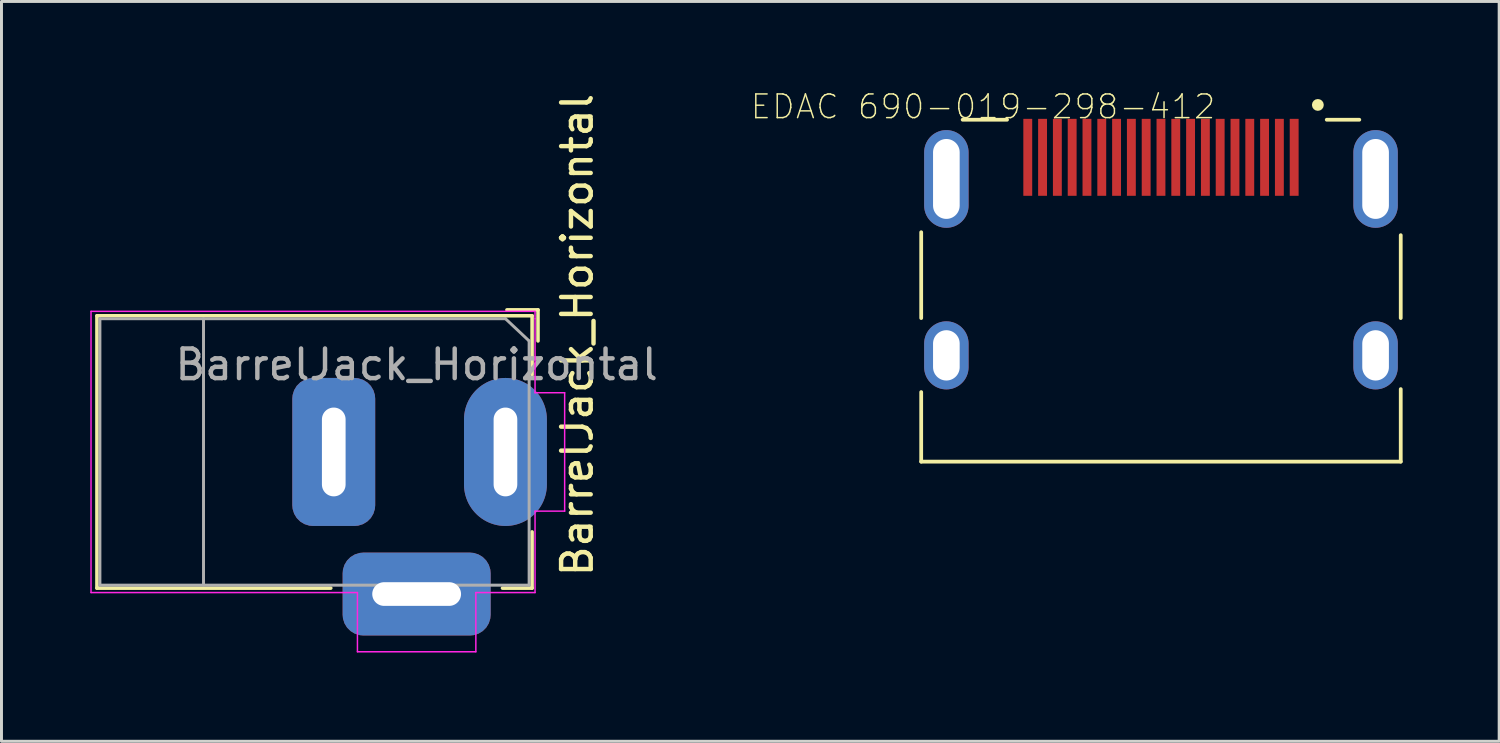
<source format=kicad_pcb>
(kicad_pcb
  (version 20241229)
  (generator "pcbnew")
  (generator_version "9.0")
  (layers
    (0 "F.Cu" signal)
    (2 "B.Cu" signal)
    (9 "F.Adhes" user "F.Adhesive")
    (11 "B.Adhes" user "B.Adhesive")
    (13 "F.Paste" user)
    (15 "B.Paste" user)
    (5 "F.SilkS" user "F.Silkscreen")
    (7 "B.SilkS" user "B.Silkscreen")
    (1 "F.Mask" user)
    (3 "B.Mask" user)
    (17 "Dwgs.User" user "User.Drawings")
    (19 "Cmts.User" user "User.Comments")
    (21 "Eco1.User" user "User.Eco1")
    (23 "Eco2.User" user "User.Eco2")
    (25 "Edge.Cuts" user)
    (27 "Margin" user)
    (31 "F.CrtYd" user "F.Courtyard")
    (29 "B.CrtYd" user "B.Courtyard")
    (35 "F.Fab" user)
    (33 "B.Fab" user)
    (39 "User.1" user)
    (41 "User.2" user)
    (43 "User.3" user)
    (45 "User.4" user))
  (footprint "BarrelJack_Horizontal"
    (layer "F.Cu")
    (at 14.025 12.218)
    (property "Reference" "BarrelJack_Horizontal" (at 2.425 -3.95 90) (layer "F.SilkS") (effects (font (size 1 1) (thickness 0.15))))
    (attr through_hole)
    (fp_line (start -13.8 -4.6) (end 0.9 -4.6) (stroke (width 0.12) (type solid)) (layer "F.SilkS"))
    (fp_line (start -13.8 4.6) (end -13.8 -4.6) (stroke (width 0.12) (type solid)) (layer "F.SilkS"))
    (fp_line (start -5.9 4.6) (end -13.8 4.6) (stroke (width 0.12) (type solid)) (layer "F.SilkS"))
    (fp_line (start 0.05 -4.8) (end 1.1 -4.8) (stroke (width 0.12) (type solid)) (layer "F.SilkS"))
    (fp_line (start 0.9 -4.6) (end 0.9 -2.6) (stroke (width 0.12) (type solid)) (layer "F.SilkS"))
    (fp_line (start 0.9 2.7) (end 0.9 4.6) (stroke (width 0.12) (type solid)) (layer "F.SilkS"))
    (fp_line (start 0.9 4.6) (end -0.1 4.6) (stroke (width 0.12) (type solid)) (layer "F.SilkS"))
    (fp_line (start 1.1 -3.75) (end 1.1 -4.8) (stroke (width 0.12) (type solid)) (layer "F.SilkS"))
    (fp_line (start -14 4.75) (end -14 -4.75) (stroke (width 0.05) (type solid)) (layer "F.CrtYd"))
    (fp_line (start -5 4.75) (end -14 4.75) (stroke (width 0.05) (type solid)) (layer "F.CrtYd"))
    (fp_line (start -5 6.75) (end -5 4.75) (stroke (width 0.05) (type solid)) (layer "F.CrtYd"))
    (fp_line (start -1 4.75) (end -1 6.75) (stroke (width 0.05) (type solid)) (layer "F.CrtYd"))
    (fp_line (start -1 6.75) (end -5 6.75) (stroke (width 0.05) (type solid)) (layer "F.CrtYd"))
    (fp_line (start 1 -4.75) (end -14 -4.75) (stroke (width 0.05) (type solid)) (layer "F.CrtYd"))
    (fp_line (start 1 -4.5) (end 1 -4.75) (stroke (width 0.05) (type solid)) (layer "F.CrtYd"))
    (fp_line (start 1 -4.5) (end 1 -2) (stroke (width 0.05) (type solid)) (layer "F.CrtYd"))
    (fp_line (start 1 -2) (end 2 -2) (stroke (width 0.05) (type solid)) (layer "F.CrtYd"))
    (fp_line (start 1 2) (end 1 4.75) (stroke (width 0.05) (type solid)) (layer "F.CrtYd"))
    (fp_line (start 1 4.75) (end -1 4.75) (stroke (width 0.05) (type solid)) (layer "F.CrtYd"))
    (fp_line (start 2 -2) (end 2 2) (stroke (width 0.05) (type solid)) (layer "F.CrtYd"))
    (fp_line (start 2 2) (end 1 2) (stroke (width 0.05) (type solid)) (layer "F.CrtYd"))
    (fp_line (start -13.7 -4.5) (end -13.7 4.5) (stroke (width 0.1) (type solid)) (layer "F.Fab"))
    (fp_line (start -13.7 4.5) (end 0.8 4.5) (stroke (width 0.1) (type solid)) (layer "F.Fab"))
    (fp_line (start -10.2 -4.5) (end -10.2 4.5) (stroke (width 0.1) (type solid)) (layer "F.Fab"))
    (fp_line (start -0.003 -4.505) (end 0.8 -3.75) (stroke (width 0.1) (type solid)) (layer "F.Fab"))
    (fp_line (start 0 -4.5) (end -13.7 -4.5) (stroke (width 0.1) (type solid)) (layer "F.Fab"))
    (fp_line (start 0.8 4.5) (end 0.8 -3.75) (stroke (width 0.1) (type solid)) (layer "F.Fab"))
    (fp_text user "${REFERENCE}" (at -3 -2.95 0) (layer "F.Fab") (effects (font (size 1 1) (thickness 0.15))))
    (pad "1" thru_hole oval (at 0 0) (size 2.8 5) (drill oval 0.8 3) (layers "*.Cu" "*.Mask"))
    (pad "2" thru_hole roundrect (at -5.8 0) (size 2.8 5) (drill oval 0.8 3) (layers "*.Cu" "*.Mask") (roundrect_rratio 0.25))
    (pad "3" thru_hole roundrect (at -3 4.8) (size 5 2.8) (drill oval 3 0.8) (layers "*.Cu" "*.Mask") (roundrect_rratio 0.25)))
  (footprint "EDAC 690-019-298-412"
    (layer "F.Cu")
    (at 36.17 2.995)
    (property "Reference" "EDAC 690-019-298-412" (at -6.011 -2.439 0) (layer "F.SilkS") (effects (font (size 0.8 0.8) (thickness 0.05))))
    (attr smd)
    (fp_line (start -8.1 4.7) (end -8.1 1.8) (stroke (width 0.127) (type solid)) (layer "F.SilkS"))
    (fp_line (start -8.1 9.55) (end -8.1 7.2) (stroke (width 0.127) (type solid)) (layer "F.SilkS"))
    (fp_line (start -8.1 9.55) (end 8.1 9.55) (stroke (width 0.127) (type solid)) (layer "F.SilkS"))
    (fp_line (start -6.7 -2) (end -5.2 -2) (stroke (width 0.127) (type solid)) (layer "F.SilkS"))
    (fp_line (start 5.6 -2) (end 6.7 -2) (stroke (width 0.127) (type solid)) (layer "F.SilkS"))
    (fp_line (start 8.1 1.9) (end 8.1 4.7) (stroke (width 0.127) (type solid)) (layer "F.SilkS"))
    (fp_line (start 8.1 7.1) (end 8.1 9.55) (stroke (width 0.127) (type solid)) (layer "F.SilkS"))
    (fp_circle (center 5.3 -2.5) (end 5.4 -2.5) (stroke (width 0.2) (type solid)) (fill no) (layer "F.SilkS"))
    (fp_line (start -8.35 -2.2) (end 8.4 -2.2) (stroke (width 0.05) (type solid)) (layer "Eco1.User"))
    (fp_line (start -8.35 8.5) (end -8.35 -2.2) (stroke (width 0.05) (type solid)) (layer "Eco1.User"))
    (fp_line (start -8.35 9.5) (end -8.35 8.5) (stroke (width 0.05) (type solid)) (layer "Eco1.User"))
    (fp_line (start 8.4 -2.2) (end 8.4 9.5) (stroke (width 0.05) (type solid)) (layer "Eco1.User"))
    (fp_line (start 8.4 9.5) (end -8.35 9.5) (stroke (width 0.05) (type solid)) (layer "Eco1.User"))
    (fp_line (start -8.1 -2) (end 8.1 -2) (stroke (width 0.127) (type solid)) (layer "Eco2.User"))
    (fp_line (start -8.1 8.5) (end -8.1 -2) (stroke (width 0.127) (type solid)) (layer "Eco2.User"))
    (fp_line (start -8.1 10.55) (end -8.1 8.5) (stroke (width 0.127) (type solid)) (layer "Eco2.User"))
    (fp_line (start 8.1 -2) (end 8.1 8.5) (stroke (width 0.127) (type solid)) (layer "Eco2.User"))
    (fp_line (start 8.1 8.5) (end 8.1 10.55) (stroke (width 0.127) (type solid)) (layer "Eco2.User"))
    (fp_line (start 8.1 10.55) (end -8.1 10.55) (stroke (width 0.127) (type solid)) (layer "Eco2.User"))
    (pad "1" smd rect (at 4.5 -0.73 90) (size 2.6 0.3) (layers "F.Cu" "F.Mask" "F.Paste"))
    (pad "2" smd rect (at 4 -0.73 90) (size 2.6 0.3) (layers "F.Cu" "F.Mask" "F.Paste"))
    (pad "3" smd rect (at 3.5 -0.73 90) (size 2.6 0.3) (layers "F.Cu" "F.Mask" "F.Paste"))
    (pad "4" smd rect (at 3 -0.73 90) (size 2.6 0.3) (layers "F.Cu" "F.Mask" "F.Paste"))
    (pad "5" smd rect (at 2.5 -0.73 90) (size 2.6 0.3) (layers "F.Cu" "F.Mask" "F.Paste"))
    (pad "6" smd rect (at 2 -0.73 90) (size 2.6 0.3) (layers "F.Cu" "F.Mask" "F.Paste"))
    (pad "7" smd rect (at 1.5 -0.73 90) (size 2.6 0.3) (layers "F.Cu" "F.Mask" "F.Paste"))
    (pad "8" smd rect (at 1 -0.73 90) (size 2.6 0.3) (layers "F.Cu" "F.Mask" "F.Paste"))
    (pad "9" smd rect (at 0.5 -0.73 90) (size 2.6 0.3) (layers "F.Cu" "F.Mask" "F.Paste"))
    (pad "10" smd rect (at 0 -0.73 90) (size 2.6 0.3) (layers "F.Cu" "F.Mask" "F.Paste"))
    (pad "11" smd rect (at -0.5 -0.73 90) (size 2.6 0.3) (layers "F.Cu" "F.Mask" "F.Paste"))
    (pad "12" smd rect (at -1 -0.73 90) (size 2.6 0.3) (layers "F.Cu" "F.Mask" "F.Paste"))
    (pad "13" smd rect (at -1.5 -0.73 90) (size 2.6 0.3) (layers "F.Cu" "F.Mask" "F.Paste"))
    (pad "14" smd rect (at -2 -0.73 90) (size 2.6 0.3) (layers "F.Cu" "F.Mask" "F.Paste"))
    (pad "15" smd rect (at -2.5 -0.73 90) (size 2.6 0.3) (layers "F.Cu" "F.Mask" "F.Paste"))
    (pad "16" smd rect (at -3 -0.73 90) (size 2.6 0.3) (layers "F.Cu" "F.Mask" "F.Paste"))
    (pad "17" smd rect (at -3.5 -0.73 90) (size 2.6 0.3) (layers "F.Cu" "F.Mask" "F.Paste"))
    (pad "18" smd rect (at -4 -0.73 90) (size 2.6 0.3) (layers "F.Cu" "F.Mask" "F.Paste"))
    (pad "19" smd rect (at -4.5 -0.73 90) (size 2.6 0.3) (layers "F.Cu" "F.Mask" "F.Paste"))
    (pad "SH1" thru_hole oval (at 7.25 0) (size 1.5 3.3) (drill oval 0.9 2.7) (layers "*.Cu" "*.Mask"))
    (pad "SH2" thru_hole oval (at -7.25 0) (size 1.5 3.3) (drill oval 0.9 2.7) (layers "*.Cu" "*.Mask"))
    (pad "SH3" thru_hole oval (at -7.25 5.96) (size 1.5 2.3) (drill oval 0.9 1.7) (layers "*.Cu" "*.Mask"))
    (pad "SH4" thru_hole oval (at 7.25 5.96) (size 1.5 2.3) (drill oval 0.9 1.7) (layers "*.Cu" "*.Mask")))
  (gr_rect
    (start -3 -3)
    (end 47.595 21.993)
    (stroke (width 0.1) (type default))
    (fill no)
    (layer "Edge.Cuts")))
</source>
